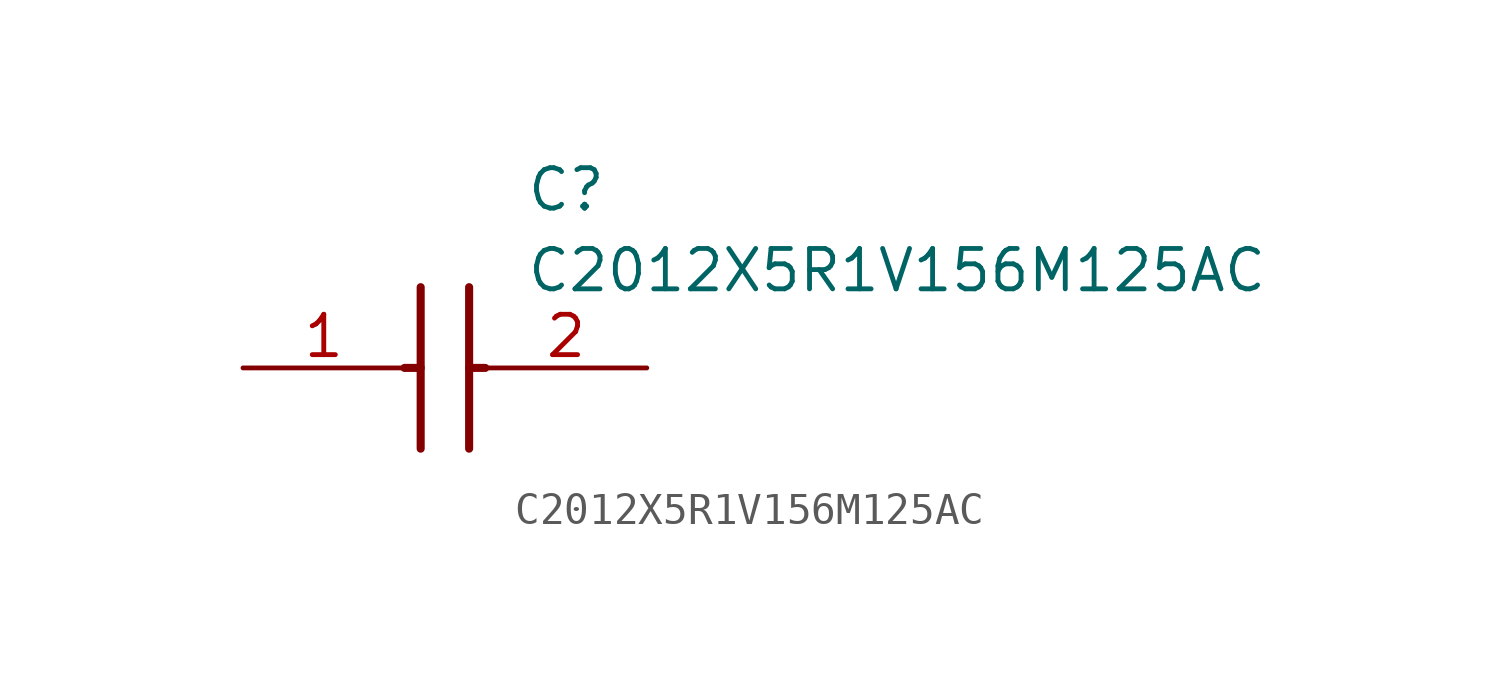
<source format=kicad_sym>
(kicad_symbol_lib
  (version 20211014)
  (generator SamacSys_ECAD_Model)
  (symbol "C2012X5R1V156M125AC"
    (pin_names hide)
    (property "Reference" "C"
      (at 8.89 6.35 0)
      (effects (font (size 1.27 1.27)) (justify left top)))
    (property "Value" "C2012X5R1V156M125AC"
      (at 8.89 3.81 0)
      (effects (font (size 1.27 1.27)) (justify left top)))
    (polyline
      (pts (xy 5.588 2.54) (xy 5.588 -2.54))
      (stroke (width 0.254) (type default))
      (fill (type none)))
    (polyline
      (pts (xy 7.112 2.54) (xy 7.112 -2.54))
      (stroke (width 0.254) (type default))
      (fill (type none)))
    (polyline
      (pts (xy 5.08 0) (xy 5.588 0))
      (stroke (width 0.254) (type default))
      (fill (type none)))
    (polyline
      (pts (xy 7.112 0) (xy 7.62 0))
      (stroke (width 0.254) (type default))
      (fill (type none)))
    (pin passive line
      (at 0 0 0)
      (length 5.08)
      (name "1" (effects (font (size 1.27 1.27))))
      (number "1" (effects (font (size 1.27 1.27)))))
    (pin passive line
      (at 12.7 0 180)
      (length 5.08)
      (name "2" (effects (font (size 1.27 1.27))))
      (number "2" (effects (font (size 1.27 1.27)))))))
</source>
